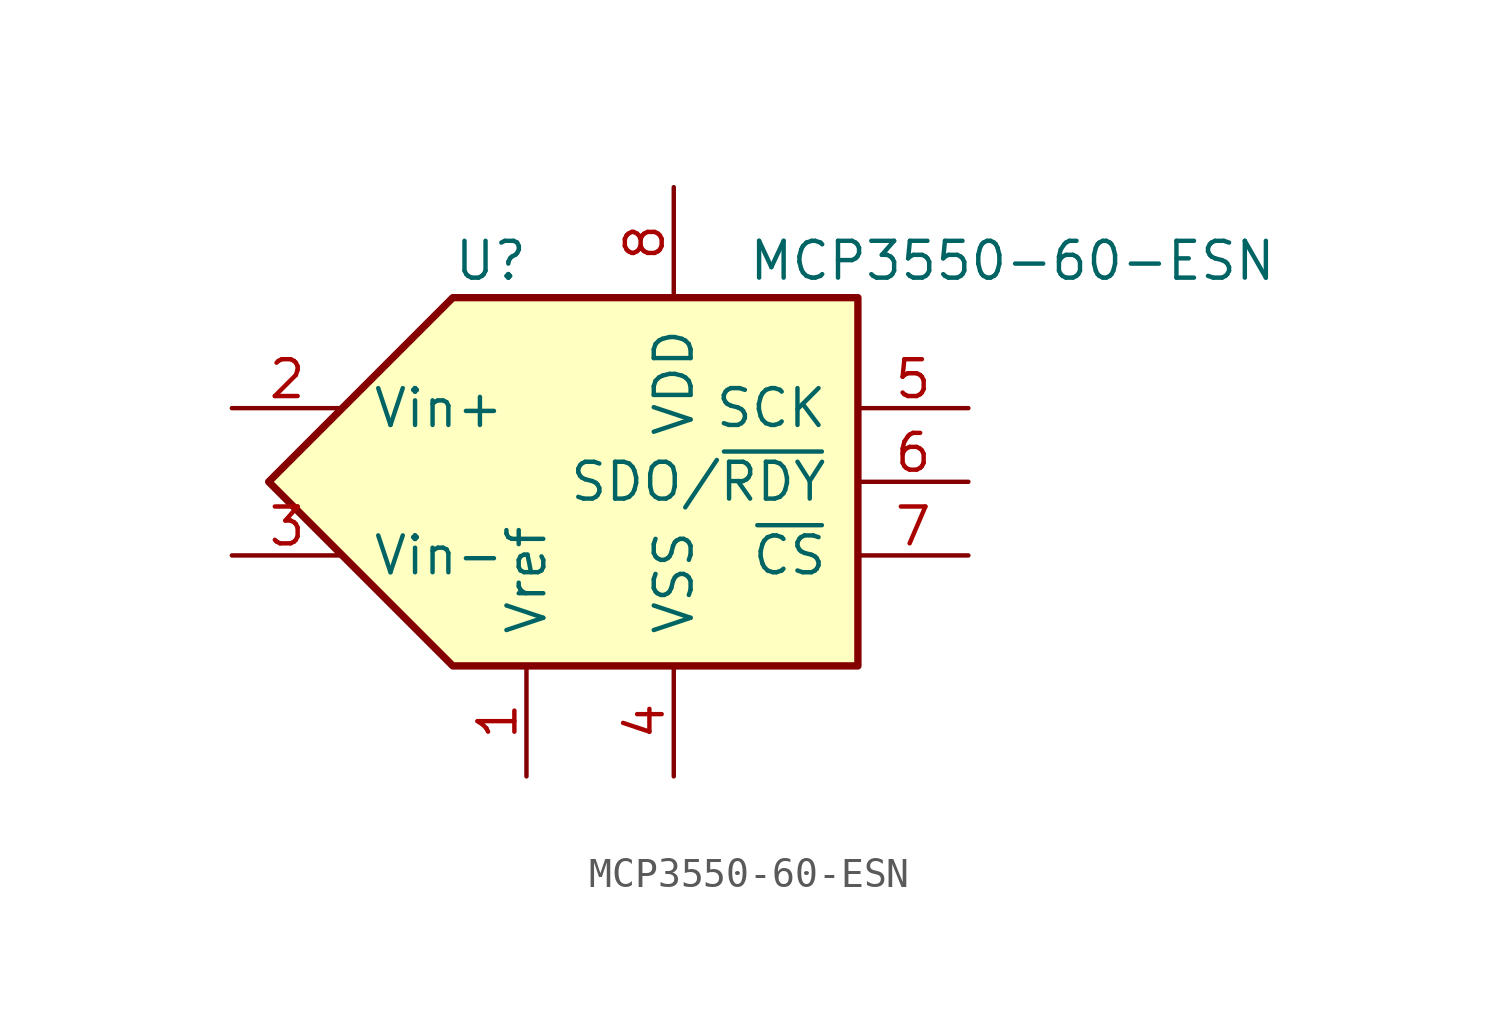
<source format=kicad_sym>
(kicad_symbol_lib
  (version 20241209)
  (generator "kicad_symbol_editor")
  (generator_version "9.0")
  (symbol "MCP3550-60-ESN"
    (pin_names
      (offset 1.016))
    (property "Reference" "U"
      (at -5.08 7.62 0)
      (effects (font (size 1.27 1.27)) (justify left)))
    (property "Value" "MCP3550-60-ESN"
      (at 5.08 7.62 0)
      (effects (font (size 1.27 1.27)) (justify left)))
    (symbol "MCP3550-60-ESN_0_1"
      (polyline (pts (xy -5.08 6.35) (xy 8.89 6.35) (xy 8.89 0) (xy 8.89 -6.35) (xy -5.08 -6.35) (xy -11.43 0) (xy -5.08 6.35)) (stroke (width 0.254) (type default)) (fill (type background))))
    (symbol "MCP3550-60-ESN_1_1"
      (pin passive line (at -12.7 2.54 0) (length 3.81) (name "Vin+" (effects (font (size 1.27 1.27)))) (number "2" (effects (font (size 1.27 1.27)))))
      (pin passive line (at -12.7 -2.54 0) (length 3.81) (name "Vin-" (effects (font (size 1.27 1.27)))) (number "3" (effects (font (size 1.27 1.27)))))
      (pin input line (at -2.54 -10.16 90) (length 3.81) (name "Vref" (effects (font (size 1.27 1.27)))) (number "1" (effects (font (size 1.27 1.27)))))
      (pin power_in line (at 2.54 10.16 270) (length 3.81) (name "VDD" (effects (font (size 1.27 1.27)))) (number "8" (effects (font (size 1.27 1.27)))))
      (pin power_in line (at 2.54 -10.16 90) (length 3.81) (name "VSS" (effects (font (size 1.27 1.27)))) (number "4" (effects (font (size 1.27 1.27)))))
      (pin input line (at 12.7 2.54 180) (length 3.81) (name "SCK" (effects (font (size 1.27 1.27)))) (number "5" (effects (font (size 1.27 1.27)))))
      (pin output line (at 12.7 0 180) (length 3.81) (name "SDO/~{RDY}" (effects (font (size 1.27 1.27)))) (number "6" (effects (font (size 1.27 1.27)))))
      (pin input line (at 12.7 -2.54 180) (length 3.81) (name "~{CS}" (effects (font (size 1.27 1.27)))) (number "7" (effects (font (size 1.27 1.27))))))))
</source>
